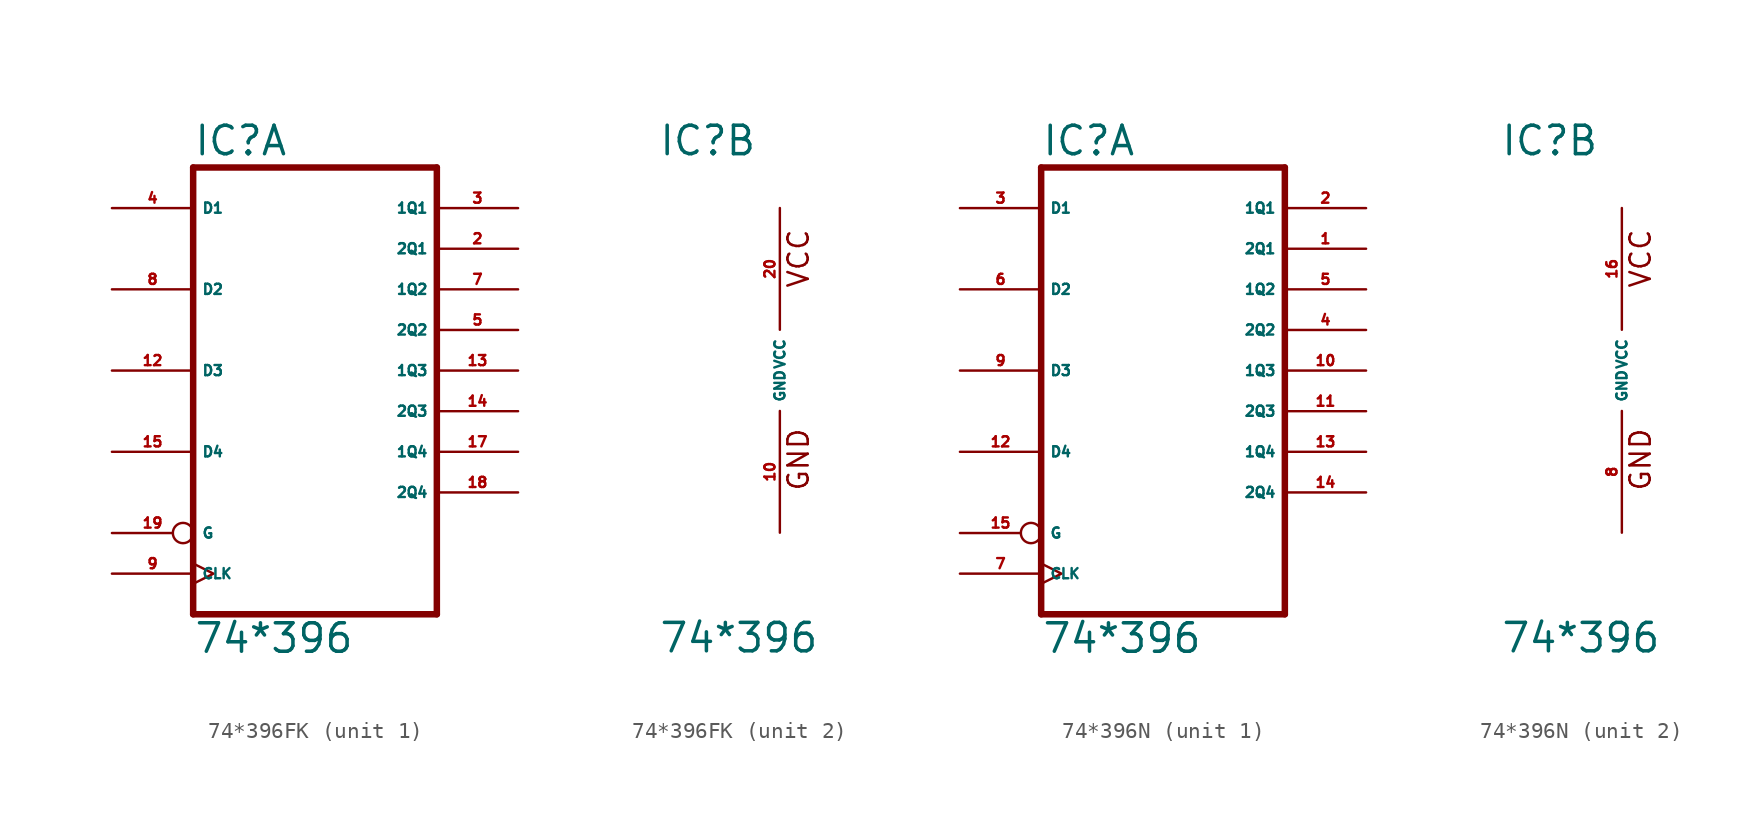
<source format=kicad_sym>
(kicad_symbol_lib
  (version 20220914)
  (generator Eagle2Kicad)
  (symbol "74*396FK"
    (property "Reference" "IC"
      (at -7.62 13.335 0)
      (effects (font (size 1.778 1.778) (thickness 0.22)) (justify left bottom)))
    (property "Value" "74*396"
      (at -7.62 -17.78 0)
      (effects (font (size 1.778 1.778) (thickness 0.22)) (justify left bottom)))
    (symbol "74*396FK_1_0"
      (polyline (pts (xy -7.62 -15.24) (xy 7.62 -15.24)) (stroke (width 0.406) (type default)) (fill (type none)))
      (polyline (pts (xy 7.62 -15.24) (xy 7.62 12.7)) (stroke (width 0.406) (type default)) (fill (type none)))
      (polyline (pts (xy 7.62 12.7) (xy -7.62 12.7)) (stroke (width 0.406) (type default)) (fill (type none)))
      (polyline (pts (xy -7.62 12.7) (xy -7.62 -15.24)) (stroke (width 0.406) (type default)) (fill (type none)))
      (pin output line (at 12.7 7.62 180) (length 5.08) (name "2Q1" (effects (font (size 0.635 0.635) (thickness 0.08)) (justify left bottom))) (number "2" (effects (font (size 0.635 0.635) (thickness 0.08)) (justify left bottom))))
      (pin output line (at 12.7 10.16 180) (length 5.08) (name "1Q1" (effects (font (size 0.635 0.635) (thickness 0.08)) (justify left bottom))) (number "3" (effects (font (size 0.635 0.635) (thickness 0.08)) (justify left bottom))))
      (pin input line (at -12.7 10.16 0) (length 5.08) (name "D1" (effects (font (size 0.635 0.635) (thickness 0.08)) (justify left bottom))) (number "4" (effects (font (size 0.635 0.635) (thickness 0.08)) (justify left bottom))))
      (pin output line (at 12.7 2.54 180) (length 5.08) (name "2Q2" (effects (font (size 0.635 0.635) (thickness 0.08)) (justify left bottom))) (number "5" (effects (font (size 0.635 0.635) (thickness 0.08)) (justify left bottom))))
      (pin output line (at 12.7 5.08 180) (length 5.08) (name "1Q2" (effects (font (size 0.635 0.635) (thickness 0.08)) (justify left bottom))) (number "7" (effects (font (size 0.635 0.635) (thickness 0.08)) (justify left bottom))))
      (pin input line (at -12.7 5.08 0) (length 5.08) (name "D2" (effects (font (size 0.635 0.635) (thickness 0.08)) (justify left bottom))) (number "8" (effects (font (size 0.635 0.635) (thickness 0.08)) (justify left bottom))))
      (pin input clock (at -12.7 -12.7 0) (length 5.08) (name "CLK" (effects (font (size 0.635 0.635) (thickness 0.08)) (justify left bottom))) (number "9" (effects (font (size 0.635 0.635) (thickness 0.08)) (justify left bottom))))
      (pin input line (at -12.7 0 0) (length 5.08) (name "D3" (effects (font (size 0.635 0.635) (thickness 0.08)) (justify left bottom))) (number "12" (effects (font (size 0.635 0.635) (thickness 0.08)) (justify left bottom))))
      (pin output line (at 12.7 0 180) (length 5.08) (name "1Q3" (effects (font (size 0.635 0.635) (thickness 0.08)) (justify left bottom))) (number "13" (effects (font (size 0.635 0.635) (thickness 0.08)) (justify left bottom))))
      (pin output line (at 12.7 -2.54 180) (length 5.08) (name "2Q3" (effects (font (size 0.635 0.635) (thickness 0.08)) (justify left bottom))) (number "14" (effects (font (size 0.635 0.635) (thickness 0.08)) (justify left bottom))))
      (pin input line (at -12.7 -5.08 0) (length 5.08) (name "D4" (effects (font (size 0.635 0.635) (thickness 0.08)) (justify left bottom))) (number "15" (effects (font (size 0.635 0.635) (thickness 0.08)) (justify left bottom))))
      (pin output line (at 12.7 -5.08 180) (length 5.08) (name "1Q4" (effects (font (size 0.635 0.635) (thickness 0.08)) (justify left bottom))) (number "17" (effects (font (size 0.635 0.635) (thickness 0.08)) (justify left bottom))))
      (pin output line (at 12.7 -7.62 180) (length 5.08) (name "2Q4" (effects (font (size 0.635 0.635) (thickness 0.08)) (justify left bottom))) (number "18" (effects (font (size 0.635 0.635) (thickness 0.08)) (justify left bottom))))
      (pin input inverted (at -12.7 -10.16 0) (length 5.08) (name "G" (effects (font (size 0.635 0.635) (thickness 0.08)) (justify left bottom))) (number "19" (effects (font (size 0.635 0.635) (thickness 0.08)) (justify left bottom)))))
    (symbol "74*396FK_2_0"
      (text "GND" (at 1.905 -7.62 900) (effects (font (size 1.27 1.27) (thickness 0.16)) (justify left bottom)))
      (text "VCC" (at 1.905 5.08 900) (effects (font (size 1.27 1.27) (thickness 0.16)) (justify left bottom)))
      (pin unspecified line (at 0 -10.16 90) (length 7.62) (name "GND" (effects (font (size 0.635 0.635) (thickness 0.08)) (justify left bottom))) (number "10" (effects (font (size 0.635 0.635) (thickness 0.08)) (justify left bottom))))
      (pin unspecified line (at 0 10.16 270) (length 7.62) (name "VCC" (effects (font (size 0.635 0.635) (thickness 0.08)) (justify left bottom))) (number "20" (effects (font (size 0.635 0.635) (thickness 0.08)) (justify left bottom))))))
  (symbol "74*396N"
    (property "Reference" "IC"
      (at -7.62 13.335 0)
      (effects (font (size 1.778 1.778) (thickness 0.22)) (justify left bottom)))
    (property "Value" "74*396"
      (at -7.62 -17.78 0)
      (effects (font (size 1.778 1.778) (thickness 0.22)) (justify left bottom)))
    (symbol "74*396N_1_0"
      (polyline (pts (xy -7.62 -15.24) (xy 7.62 -15.24)) (stroke (width 0.406) (type default)) (fill (type none)))
      (polyline (pts (xy 7.62 -15.24) (xy 7.62 12.7)) (stroke (width 0.406) (type default)) (fill (type none)))
      (polyline (pts (xy 7.62 12.7) (xy -7.62 12.7)) (stroke (width 0.406) (type default)) (fill (type none)))
      (polyline (pts (xy -7.62 12.7) (xy -7.62 -15.24)) (stroke (width 0.406) (type default)) (fill (type none)))
      (pin output line (at 12.7 7.62 180) (length 5.08) (name "2Q1" (effects (font (size 0.635 0.635) (thickness 0.08)) (justify left bottom))) (number "1" (effects (font (size 0.635 0.635) (thickness 0.08)) (justify left bottom))))
      (pin output line (at 12.7 10.16 180) (length 5.08) (name "1Q1" (effects (font (size 0.635 0.635) (thickness 0.08)) (justify left bottom))) (number "2" (effects (font (size 0.635 0.635) (thickness 0.08)) (justify left bottom))))
      (pin input line (at -12.7 10.16 0) (length 5.08) (name "D1" (effects (font (size 0.635 0.635) (thickness 0.08)) (justify left bottom))) (number "3" (effects (font (size 0.635 0.635) (thickness 0.08)) (justify left bottom))))
      (pin output line (at 12.7 2.54 180) (length 5.08) (name "2Q2" (effects (font (size 0.635 0.635) (thickness 0.08)) (justify left bottom))) (number "4" (effects (font (size 0.635 0.635) (thickness 0.08)) (justify left bottom))))
      (pin output line (at 12.7 5.08 180) (length 5.08) (name "1Q2" (effects (font (size 0.635 0.635) (thickness 0.08)) (justify left bottom))) (number "5" (effects (font (size 0.635 0.635) (thickness 0.08)) (justify left bottom))))
      (pin input line (at -12.7 5.08 0) (length 5.08) (name "D2" (effects (font (size 0.635 0.635) (thickness 0.08)) (justify left bottom))) (number "6" (effects (font (size 0.635 0.635) (thickness 0.08)) (justify left bottom))))
      (pin input clock (at -12.7 -12.7 0) (length 5.08) (name "CLK" (effects (font (size 0.635 0.635) (thickness 0.08)) (justify left bottom))) (number "7" (effects (font (size 0.635 0.635) (thickness 0.08)) (justify left bottom))))
      (pin input line (at -12.7 0 0) (length 5.08) (name "D3" (effects (font (size 0.635 0.635) (thickness 0.08)) (justify left bottom))) (number "9" (effects (font (size 0.635 0.635) (thickness 0.08)) (justify left bottom))))
      (pin output line (at 12.7 0 180) (length 5.08) (name "1Q3" (effects (font (size 0.635 0.635) (thickness 0.08)) (justify left bottom))) (number "10" (effects (font (size 0.635 0.635) (thickness 0.08)) (justify left bottom))))
      (pin output line (at 12.7 -2.54 180) (length 5.08) (name "2Q3" (effects (font (size 0.635 0.635) (thickness 0.08)) (justify left bottom))) (number "11" (effects (font (size 0.635 0.635) (thickness 0.08)) (justify left bottom))))
      (pin input line (at -12.7 -5.08 0) (length 5.08) (name "D4" (effects (font (size 0.635 0.635) (thickness 0.08)) (justify left bottom))) (number "12" (effects (font (size 0.635 0.635) (thickness 0.08)) (justify left bottom))))
      (pin output line (at 12.7 -5.08 180) (length 5.08) (name "1Q4" (effects (font (size 0.635 0.635) (thickness 0.08)) (justify left bottom))) (number "13" (effects (font (size 0.635 0.635) (thickness 0.08)) (justify left bottom))))
      (pin output line (at 12.7 -7.62 180) (length 5.08) (name "2Q4" (effects (font (size 0.635 0.635) (thickness 0.08)) (justify left bottom))) (number "14" (effects (font (size 0.635 0.635) (thickness 0.08)) (justify left bottom))))
      (pin input inverted (at -12.7 -10.16 0) (length 5.08) (name "G" (effects (font (size 0.635 0.635) (thickness 0.08)) (justify left bottom))) (number "15" (effects (font (size 0.635 0.635) (thickness 0.08)) (justify left bottom)))))
    (symbol "74*396N_2_0"
      (text "GND" (at 1.905 -7.62 900) (effects (font (size 1.27 1.27) (thickness 0.16)) (justify left bottom)))
      (text "VCC" (at 1.905 5.08 900) (effects (font (size 1.27 1.27) (thickness 0.16)) (justify left bottom)))
      (pin unspecified line (at 0 -10.16 90) (length 7.62) (name "GND" (effects (font (size 0.635 0.635) (thickness 0.08)) (justify left bottom))) (number "8" (effects (font (size 0.635 0.635) (thickness 0.08)) (justify left bottom))))
      (pin unspecified line (at 0 10.16 270) (length 7.62) (name "VCC" (effects (font (size 0.635 0.635) (thickness 0.08)) (justify left bottom))) (number "16" (effects (font (size 0.635 0.635) (thickness 0.08)) (justify left bottom)))))))
</source>
